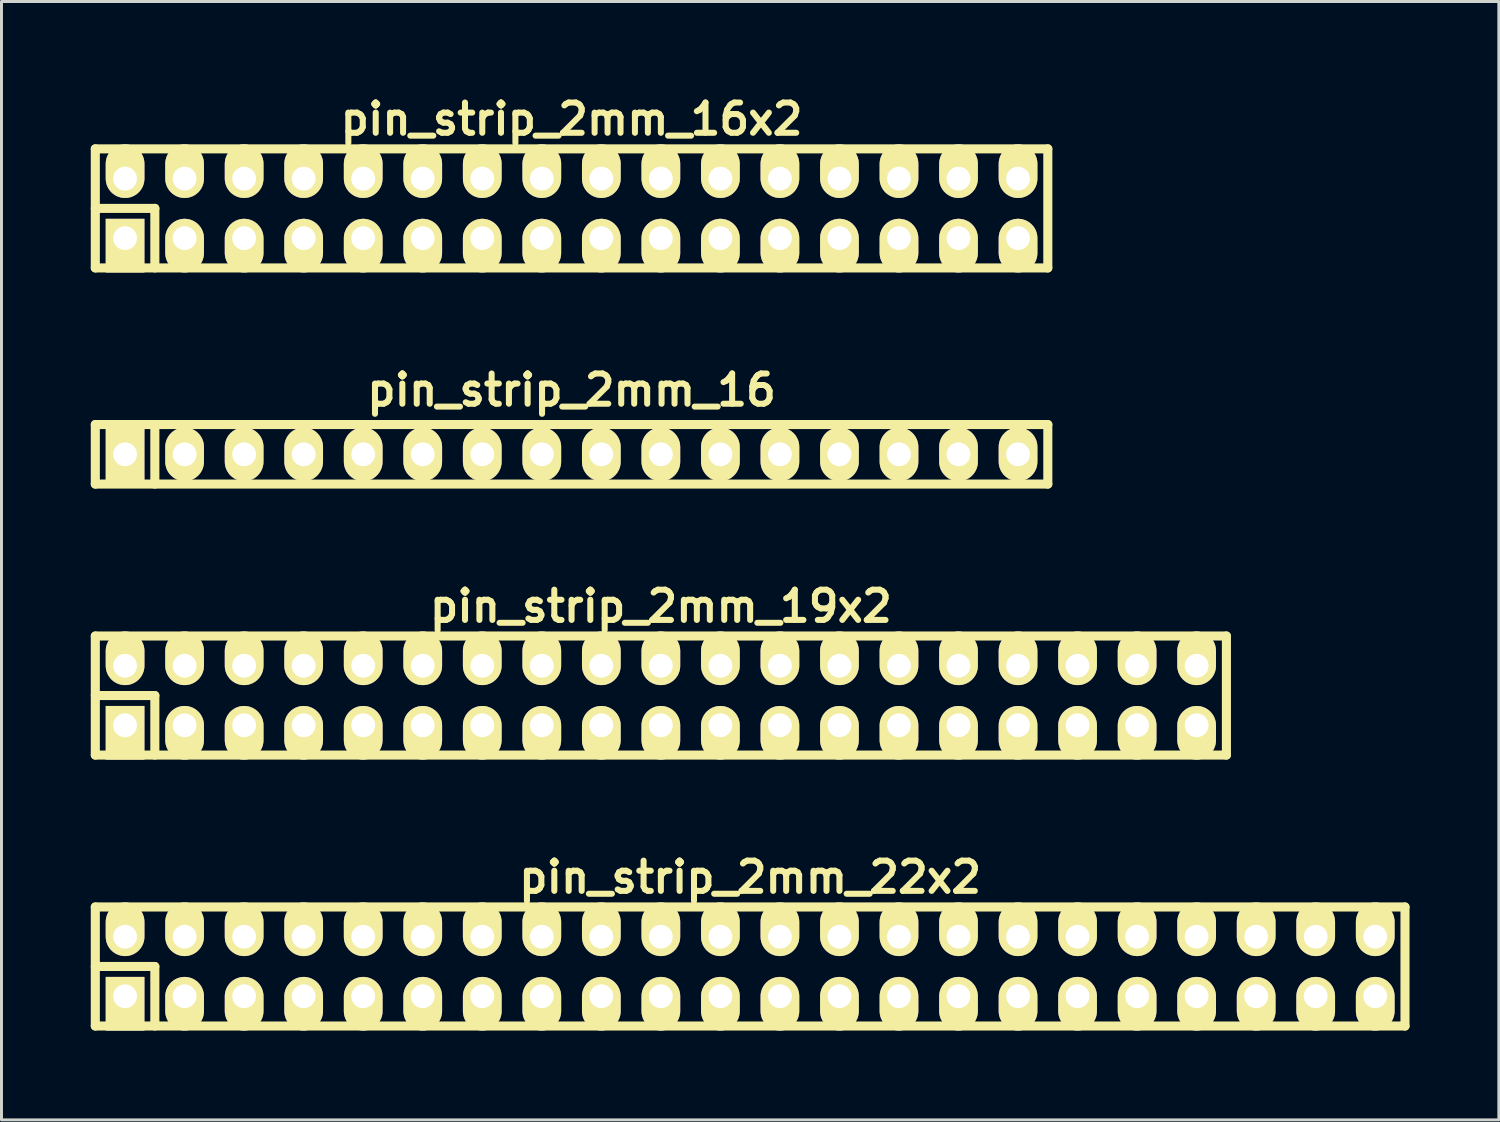
<source format=kicad_pcb>
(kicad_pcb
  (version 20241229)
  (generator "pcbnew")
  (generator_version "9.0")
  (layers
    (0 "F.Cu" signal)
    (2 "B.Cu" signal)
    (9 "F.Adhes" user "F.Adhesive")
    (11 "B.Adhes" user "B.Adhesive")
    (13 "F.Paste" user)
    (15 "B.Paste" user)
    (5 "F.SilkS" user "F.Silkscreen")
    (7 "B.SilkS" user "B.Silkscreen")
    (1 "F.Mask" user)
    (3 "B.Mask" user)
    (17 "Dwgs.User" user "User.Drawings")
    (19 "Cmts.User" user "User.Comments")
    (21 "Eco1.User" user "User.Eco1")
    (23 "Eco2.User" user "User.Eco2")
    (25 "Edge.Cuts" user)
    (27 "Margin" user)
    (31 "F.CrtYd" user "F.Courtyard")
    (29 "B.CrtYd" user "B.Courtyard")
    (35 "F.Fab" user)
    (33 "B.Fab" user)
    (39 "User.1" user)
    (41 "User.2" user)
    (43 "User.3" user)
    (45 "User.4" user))
  (footprint "pin_strip_2mm_19x2"
    (layer "F.Cu")
    (at 19.152 20.317)
    (property "Reference" "pin_strip_2mm_19x2" (at 0 -3 0) (layer "F.SilkS") (effects (font (size 1.016 1.016) (thickness 0.203))))
    (attr through_hole)
    (fp_line (start -19 -2) (end 19 -2) (stroke (width 0.305) (type solid)) (layer "F.SilkS"))
    (fp_line (start -19 0) (end -17 0) (stroke (width 0.305) (type solid)) (layer "F.SilkS"))
    (fp_line (start -19 2) (end -19 -2) (stroke (width 0.305) (type solid)) (layer "F.SilkS"))
    (fp_line (start -17 0) (end -17 2) (stroke (width 0.305) (type solid)) (layer "F.SilkS"))
    (fp_line (start 19 -2) (end 19 2) (stroke (width 0.305) (type solid)) (layer "F.SilkS"))
    (fp_line (start 19 2) (end -19 2) (stroke (width 0.305) (type solid)) (layer "F.SilkS"))
    (pad "1" thru_hole rect (at -18 1) (size 1.3 1.8) (drill 0.8 (offset 0 0.25)) (layers "*.Cu" "*.Mask" "F.SilkS"))
    (pad "2" thru_hole oval (at -18 -1) (size 1.3 1.8) (drill 0.8 (offset 0 -0.25)) (layers "*.Cu" "*.Mask" "F.SilkS"))
    (pad "3" thru_hole oval (at -16 1) (size 1.3 1.8) (drill 0.8 (offset 0 0.25)) (layers "*.Cu" "*.Mask" "F.SilkS"))
    (pad "4" thru_hole oval (at -16 -1) (size 1.3 1.8) (drill 0.8 (offset 0 -0.25)) (layers "*.Cu" "*.Mask" "F.SilkS"))
    (pad "5" thru_hole oval (at -14 1) (size 1.3 1.8) (drill 0.8 (offset 0 0.25)) (layers "*.Cu" "*.Mask" "F.SilkS"))
    (pad "6" thru_hole oval (at -14 -1) (size 1.3 1.8) (drill 0.8 (offset 0 -0.25)) (layers "*.Cu" "*.Mask" "F.SilkS"))
    (pad "7" thru_hole oval (at -12 1) (size 1.3 1.8) (drill 0.8 (offset 0 0.25)) (layers "*.Cu" "*.Mask" "F.SilkS"))
    (pad "8" thru_hole oval (at -12 -1) (size 1.3 1.8) (drill 0.8 (offset 0 -0.25)) (layers "*.Cu" "*.Mask" "F.SilkS"))
    (pad "9" thru_hole oval (at -10 1) (size 1.3 1.8) (drill 0.8 (offset 0 0.25)) (layers "*.Cu" "*.Mask" "F.SilkS"))
    (pad "10" thru_hole oval (at -10 -1) (size 1.3 1.8) (drill 0.8 (offset 0 -0.25)) (layers "*.Cu" "*.Mask" "F.SilkS"))
    (pad "11" thru_hole oval (at -8 1) (size 1.3 1.8) (drill 0.8 (offset 0 0.25)) (layers "*.Cu" "*.Mask" "F.SilkS"))
    (pad "12" thru_hole oval (at -8 -1) (size 1.3 1.8) (drill 0.8 (offset 0 -0.25)) (layers "*.Cu" "*.Mask" "F.SilkS"))
    (pad "13" thru_hole oval (at -6 1) (size 1.3 1.8) (drill 0.8 (offset 0 0.25)) (layers "*.Cu" "*.Mask" "F.SilkS"))
    (pad "14" thru_hole oval (at -6 -1) (size 1.3 1.8) (drill 0.8 (offset 0 -0.25)) (layers "*.Cu" "*.Mask" "F.SilkS"))
    (pad "15" thru_hole oval (at -4 1) (size 1.3 1.8) (drill 0.8 (offset 0 0.25)) (layers "*.Cu" "*.Mask" "F.SilkS"))
    (pad "16" thru_hole oval (at -4 -1) (size 1.3 1.8) (drill 0.8 (offset 0 -0.25)) (layers "*.Cu" "*.Mask" "F.SilkS"))
    (pad "17" thru_hole oval (at -2 1) (size 1.3 1.8) (drill 0.8 (offset 0 0.25)) (layers "*.Cu" "*.Mask" "F.SilkS"))
    (pad "18" thru_hole oval (at -2 -1) (size 1.3 1.8) (drill 0.8 (offset 0 -0.25)) (layers "*.Cu" "*.Mask" "F.SilkS"))
    (pad "19" thru_hole oval (at 0 1) (size 1.3 1.8) (drill 0.8 (offset 0 0.25)) (layers "*.Cu" "*.Mask" "F.SilkS"))
    (pad "20" thru_hole oval (at 0 -1) (size 1.3 1.8) (drill 0.8 (offset 0 -0.25)) (layers "*.Cu" "*.Mask" "F.SilkS"))
    (pad "21" thru_hole oval (at 2 1) (size 1.3 1.8) (drill 0.8 (offset 0 0.25)) (layers "*.Cu" "*.Mask" "F.SilkS"))
    (pad "22" thru_hole oval (at 2 -1) (size 1.3 1.8) (drill 0.8 (offset 0 -0.25)) (layers "*.Cu" "*.Mask" "F.SilkS"))
    (pad "23" thru_hole oval (at 4 1) (size 1.3 1.8) (drill 0.8 (offset 0 0.25)) (layers "*.Cu" "*.Mask" "F.SilkS"))
    (pad "24" thru_hole oval (at 4 -1) (size 1.3 1.8) (drill 0.8 (offset 0 -0.25)) (layers "*.Cu" "*.Mask" "F.SilkS"))
    (pad "25" thru_hole oval (at 6 1) (size 1.3 1.8) (drill 0.8 (offset 0 0.25)) (layers "*.Cu" "*.Mask" "F.SilkS"))
    (pad "26" thru_hole oval (at 6 -1) (size 1.3 1.8) (drill 0.8 (offset 0 -0.25)) (layers "*.Cu" "*.Mask" "F.SilkS"))
    (pad "27" thru_hole oval (at 8 1) (size 1.3 1.8) (drill 0.8 (offset 0 0.25)) (layers "*.Cu" "*.Mask" "F.SilkS"))
    (pad "28" thru_hole oval (at 8 -1) (size 1.3 1.8) (drill 0.8 (offset 0 -0.25)) (layers "*.Cu" "*.Mask" "F.SilkS"))
    (pad "29" thru_hole oval (at 10 1) (size 1.3 1.8) (drill 0.8 (offset 0 0.25)) (layers "*.Cu" "*.Mask" "F.SilkS"))
    (pad "30" thru_hole oval (at 10 -1) (size 1.3 1.8) (drill 0.8 (offset 0 -0.25)) (layers "*.Cu" "*.Mask" "F.SilkS"))
    (pad "31" thru_hole oval (at 12 1) (size 1.3 1.8) (drill 0.8 (offset 0 0.25)) (layers "*.Cu" "*.Mask" "F.SilkS"))
    (pad "32" thru_hole oval (at 12 -1) (size 1.3 1.8) (drill 0.8 (offset 0 -0.25)) (layers "*.Cu" "*.Mask" "F.SilkS"))
    (pad "33" thru_hole oval (at 14 1) (size 1.3 1.8) (drill 0.8 (offset 0 0.25)) (layers "*.Cu" "*.Mask" "F.SilkS"))
    (pad "34" thru_hole oval (at 14 -1) (size 1.3 1.8) (drill 0.8 (offset 0 -0.25)) (layers "*.Cu" "*.Mask" "F.SilkS"))
    (pad "35" thru_hole oval (at 16 1) (size 1.3 1.8) (drill 0.8 (offset 0 0.25)) (layers "*.Cu" "*.Mask" "F.SilkS"))
    (pad "36" thru_hole oval (at 16 -1) (size 1.3 1.8) (drill 0.8 (offset 0 -0.25)) (layers "*.Cu" "*.Mask" "F.SilkS"))
    (pad "37" thru_hole oval (at 18 1) (size 1.3 1.8) (drill 0.8 (offset 0 0.25)) (layers "*.Cu" "*.Mask" "F.SilkS"))
    (pad "38" thru_hole oval (at 18 -1) (size 1.3 1.8) (drill 0.8 (offset 0 -0.25)) (layers "*.Cu" "*.Mask" "F.SilkS")))
  (footprint "pin_strip_2mm_16"
    (layer "F.Cu")
    (at 16.152 12.213)
    (property "Reference" "pin_strip_2mm_16" (at 0 -2.159 0) (layer "F.SilkS") (effects (font (size 1.016 1.016) (thickness 0.203))))
    (attr through_hole)
    (fp_line (start -16 -1) (end 16 -1) (stroke (width 0.305) (type solid)) (layer "F.SilkS"))
    (fp_line (start -16 1) (end -16 -1) (stroke (width 0.305) (type solid)) (layer "F.SilkS"))
    (fp_line (start -14 -1) (end -14 1) (stroke (width 0.305) (type solid)) (layer "F.SilkS"))
    (fp_line (start 16 -1) (end 16 1) (stroke (width 0.305) (type solid)) (layer "F.SilkS"))
    (fp_line (start 16 1) (end -16 1) (stroke (width 0.305) (type solid)) (layer "F.SilkS"))
    (pad "1" thru_hole rect (at -15 0) (size 1.3 1.8) (drill 0.8) (layers "*.Cu" "*.Mask" "F.SilkS"))
    (pad "2" thru_hole oval (at -13 0) (size 1.3 1.8) (drill 0.8) (layers "*.Cu" "*.Mask" "F.SilkS"))
    (pad "3" thru_hole oval (at -11 0) (size 1.3 1.8) (drill 0.8) (layers "*.Cu" "*.Mask" "F.SilkS"))
    (pad "4" thru_hole oval (at -9 0) (size 1.3 1.8) (drill 0.8) (layers "*.Cu" "*.Mask" "F.SilkS"))
    (pad "5" thru_hole oval (at -7 0) (size 1.3 1.8) (drill 0.8) (layers "*.Cu" "*.Mask" "F.SilkS"))
    (pad "6" thru_hole oval (at -5 0) (size 1.3 1.8) (drill 0.8) (layers "*.Cu" "*.Mask" "F.SilkS"))
    (pad "7" thru_hole oval (at -3 0) (size 1.3 1.8) (drill 0.8) (layers "*.Cu" "*.Mask" "F.SilkS"))
    (pad "8" thru_hole oval (at -1 0) (size 1.3 1.8) (drill 0.8) (layers "*.Cu" "*.Mask" "F.SilkS"))
    (pad "9" thru_hole oval (at 1 0) (size 1.3 1.8) (drill 0.8) (layers "*.Cu" "*.Mask" "F.SilkS"))
    (pad "10" thru_hole oval (at 3 0) (size 1.3 1.8) (drill 0.8) (layers "*.Cu" "*.Mask" "F.SilkS"))
    (pad "11" thru_hole oval (at 5 0) (size 1.3 1.8) (drill 0.8) (layers "*.Cu" "*.Mask" "F.SilkS"))
    (pad "12" thru_hole oval (at 7 0) (size 1.3 1.8) (drill 0.8) (layers "*.Cu" "*.Mask" "F.SilkS"))
    (pad "13" thru_hole oval (at 9 0) (size 1.3 1.8) (drill 0.8) (layers "*.Cu" "*.Mask" "F.SilkS"))
    (pad "14" thru_hole oval (at 11 0) (size 1.3 1.8) (drill 0.8) (layers "*.Cu" "*.Mask" "F.SilkS"))
    (pad "15" thru_hole oval (at 13 0) (size 1.3 1.8) (drill 0.8) (layers "*.Cu" "*.Mask" "F.SilkS"))
    (pad "16" thru_hole oval (at 15 0) (size 1.3 1.8) (drill 0.8) (layers "*.Cu" "*.Mask" "F.SilkS")))
  (footprint "pin_strip_2mm_22x2"
    (layer "F.Cu")
    (at 22.152 29.42)
    (property "Reference" "pin_strip_2mm_22x2" (at 0 -3 0) (layer "F.SilkS") (effects (font (size 1.016 1.016) (thickness 0.203))))
    (attr through_hole)
    (fp_line (start -22 -2) (end 22 -2) (stroke (width 0.305) (type solid)) (layer "F.SilkS"))
    (fp_line (start -22 0) (end -20 0) (stroke (width 0.305) (type solid)) (layer "F.SilkS"))
    (fp_line (start -22 2) (end -22 -2) (stroke (width 0.305) (type solid)) (layer "F.SilkS"))
    (fp_line (start -20 0) (end -20 2) (stroke (width 0.305) (type solid)) (layer "F.SilkS"))
    (fp_line (start 22 -2) (end 22 2) (stroke (width 0.305) (type solid)) (layer "F.SilkS"))
    (fp_line (start 22 2) (end -22 2) (stroke (width 0.305) (type solid)) (layer "F.SilkS"))
    (pad "1" thru_hole rect (at -21 1) (size 1.3 1.8) (drill 0.8 (offset 0 0.25)) (layers "*.Cu" "*.Mask" "F.SilkS"))
    (pad "2" thru_hole oval (at -21 -1) (size 1.3 1.8) (drill 0.8 (offset 0 -0.25)) (layers "*.Cu" "*.Mask" "F.SilkS"))
    (pad "3" thru_hole oval (at -19 1) (size 1.3 1.8) (drill 0.8 (offset 0 0.25)) (layers "*.Cu" "*.Mask" "F.SilkS"))
    (pad "4" thru_hole oval (at -19 -1) (size 1.3 1.8) (drill 0.8 (offset 0 -0.25)) (layers "*.Cu" "*.Mask" "F.SilkS"))
    (pad "5" thru_hole oval (at -17 1) (size 1.3 1.8) (drill 0.8 (offset 0 0.25)) (layers "*.Cu" "*.Mask" "F.SilkS"))
    (pad "6" thru_hole oval (at -17 -1) (size 1.3 1.8) (drill 0.8 (offset 0 -0.25)) (layers "*.Cu" "*.Mask" "F.SilkS"))
    (pad "7" thru_hole oval (at -15 1) (size 1.3 1.8) (drill 0.8 (offset 0 0.25)) (layers "*.Cu" "*.Mask" "F.SilkS"))
    (pad "8" thru_hole oval (at -15 -1) (size 1.3 1.8) (drill 0.8 (offset 0 -0.25)) (layers "*.Cu" "*.Mask" "F.SilkS"))
    (pad "9" thru_hole oval (at -13 1) (size 1.3 1.8) (drill 0.8 (offset 0 0.25)) (layers "*.Cu" "*.Mask" "F.SilkS"))
    (pad "10" thru_hole oval (at -13 -1) (size 1.3 1.8) (drill 0.8 (offset 0 -0.25)) (layers "*.Cu" "*.Mask" "F.SilkS"))
    (pad "11" thru_hole oval (at -11 1) (size 1.3 1.8) (drill 0.8 (offset 0 0.25)) (layers "*.Cu" "*.Mask" "F.SilkS"))
    (pad "12" thru_hole oval (at -11 -1) (size 1.3 1.8) (drill 0.8 (offset 0 -0.25)) (layers "*.Cu" "*.Mask" "F.SilkS"))
    (pad "13" thru_hole oval (at -9 1) (size 1.3 1.8) (drill 0.8 (offset 0 0.25)) (layers "*.Cu" "*.Mask" "F.SilkS"))
    (pad "14" thru_hole oval (at -9 -1) (size 1.3 1.8) (drill 0.8 (offset 0 -0.25)) (layers "*.Cu" "*.Mask" "F.SilkS"))
    (pad "15" thru_hole oval (at -7 1) (size 1.3 1.8) (drill 0.8 (offset 0 0.25)) (layers "*.Cu" "*.Mask" "F.SilkS"))
    (pad "16" thru_hole oval (at -7 -1) (size 1.3 1.8) (drill 0.8 (offset 0 -0.25)) (layers "*.Cu" "*.Mask" "F.SilkS"))
    (pad "17" thru_hole oval (at -5 1) (size 1.3 1.8) (drill 0.8 (offset 0 0.25)) (layers "*.Cu" "*.Mask" "F.SilkS"))
    (pad "18" thru_hole oval (at -5 -1) (size 1.3 1.8) (drill 0.8 (offset 0 -0.25)) (layers "*.Cu" "*.Mask" "F.SilkS"))
    (pad "19" thru_hole oval (at -3 1) (size 1.3 1.8) (drill 0.8 (offset 0 0.25)) (layers "*.Cu" "*.Mask" "F.SilkS"))
    (pad "20" thru_hole oval (at -3 -1) (size 1.3 1.8) (drill 0.8 (offset 0 -0.25)) (layers "*.Cu" "*.Mask" "F.SilkS"))
    (pad "21" thru_hole oval (at -1 1) (size 1.3 1.8) (drill 0.8 (offset 0 0.25)) (layers "*.Cu" "*.Mask" "F.SilkS"))
    (pad "22" thru_hole oval (at -1 -1) (size 1.3 1.8) (drill 0.8 (offset 0 -0.25)) (layers "*.Cu" "*.Mask" "F.SilkS"))
    (pad "23" thru_hole oval (at 1 1) (size 1.3 1.8) (drill 0.8 (offset 0 0.25)) (layers "*.Cu" "*.Mask" "F.SilkS"))
    (pad "24" thru_hole oval (at 1 -1) (size 1.3 1.8) (drill 0.8 (offset 0 -0.25)) (layers "*.Cu" "*.Mask" "F.SilkS"))
    (pad "25" thru_hole oval (at 3 1) (size 1.3 1.8) (drill 0.8 (offset 0 0.25)) (layers "*.Cu" "*.Mask" "F.SilkS"))
    (pad "26" thru_hole oval (at 3 -1) (size 1.3 1.8) (drill 0.8 (offset 0 -0.25)) (layers "*.Cu" "*.Mask" "F.SilkS"))
    (pad "27" thru_hole oval (at 5 1) (size 1.3 1.8) (drill 0.8 (offset 0 0.25)) (layers "*.Cu" "*.Mask" "F.SilkS"))
    (pad "28" thru_hole oval (at 5 -1) (size 1.3 1.8) (drill 0.8 (offset 0 -0.25)) (layers "*.Cu" "*.Mask" "F.SilkS"))
    (pad "29" thru_hole oval (at 7 1) (size 1.3 1.8) (drill 0.8 (offset 0 0.25)) (layers "*.Cu" "*.Mask" "F.SilkS"))
    (pad "30" thru_hole oval (at 7 -1) (size 1.3 1.8) (drill 0.8 (offset 0 -0.25)) (layers "*.Cu" "*.Mask" "F.SilkS"))
    (pad "31" thru_hole oval (at 9 1) (size 1.3 1.8) (drill 0.8 (offset 0 0.25)) (layers "*.Cu" "*.Mask" "F.SilkS"))
    (pad "32" thru_hole oval (at 9 -1) (size 1.3 1.8) (drill 0.8 (offset 0 -0.25)) (layers "*.Cu" "*.Mask" "F.SilkS"))
    (pad "33" thru_hole oval (at 11 1) (size 1.3 1.8) (drill 0.8 (offset 0 0.25)) (layers "*.Cu" "*.Mask" "F.SilkS"))
    (pad "34" thru_hole oval (at 11 -1) (size 1.3 1.8) (drill 0.8 (offset 0 -0.25)) (layers "*.Cu" "*.Mask" "F.SilkS"))
    (pad "35" thru_hole oval (at 13 1) (size 1.3 1.8) (drill 0.8 (offset 0 0.25)) (layers "*.Cu" "*.Mask" "F.SilkS"))
    (pad "36" thru_hole oval (at 13 -1) (size 1.3 1.8) (drill 0.8 (offset 0 -0.25)) (layers "*.Cu" "*.Mask" "F.SilkS"))
    (pad "37" thru_hole oval (at 15 1) (size 1.3 1.8) (drill 0.8 (offset 0 0.25)) (layers "*.Cu" "*.Mask" "F.SilkS"))
    (pad "38" thru_hole oval (at 15 -1) (size 1.3 1.8) (drill 0.8 (offset 0 -0.25)) (layers "*.Cu" "*.Mask" "F.SilkS"))
    (pad "39" thru_hole oval (at 17 1) (size 1.3 1.8) (drill 0.8 (offset 0 0.25)) (layers "*.Cu" "*.Mask" "F.SilkS"))
    (pad "40" thru_hole oval (at 17 -1) (size 1.3 1.8) (drill 0.8 (offset 0 -0.25)) (layers "*.Cu" "*.Mask" "F.SilkS"))
    (pad "41" thru_hole oval (at 19 1) (size 1.3 1.8) (drill 0.8 (offset 0 0.25)) (layers "*.Cu" "*.Mask" "F.SilkS"))
    (pad "42" thru_hole oval (at 19 -1) (size 1.3 1.8) (drill 0.8 (offset 0 -0.25)) (layers "*.Cu" "*.Mask" "F.SilkS"))
    (pad "43" thru_hole oval (at 21 1) (size 1.3 1.8) (drill 0.8 (offset 0 0.25)) (layers "*.Cu" "*.Mask" "F.SilkS"))
    (pad "44" thru_hole oval (at 21 -1) (size 1.3 1.8) (drill 0.8 (offset 0 -0.25)) (layers "*.Cu" "*.Mask" "F.SilkS")))
  (footprint "pin_strip_2mm_16x2"
    (layer "F.Cu")
    (at 16.152 3.951)
    (property "Reference" "pin_strip_2mm_16x2" (at 0 -3 0) (layer "F.SilkS") (effects (font (size 1.016 1.016) (thickness 0.203))))
    (attr through_hole)
    (fp_line (start -16 -2) (end 16 -2) (stroke (width 0.305) (type solid)) (layer "F.SilkS"))
    (fp_line (start -16 0) (end -14 0) (stroke (width 0.305) (type solid)) (layer "F.SilkS"))
    (fp_line (start -16 2) (end -16 -2) (stroke (width 0.305) (type solid)) (layer "F.SilkS"))
    (fp_line (start -14 0) (end -14 2) (stroke (width 0.305) (type solid)) (layer "F.SilkS"))
    (fp_line (start 16 -2) (end 16 2) (stroke (width 0.305) (type solid)) (layer "F.SilkS"))
    (fp_line (start 16 2) (end -16 2) (stroke (width 0.305) (type solid)) (layer "F.SilkS"))
    (pad "1" thru_hole rect (at -15 1) (size 1.3 1.8) (drill 0.8 (offset 0 0.25)) (layers "*.Cu" "*.Mask" "F.SilkS"))
    (pad "2" thru_hole oval (at -15 -1) (size 1.3 1.8) (drill 0.8 (offset 0 -0.25)) (layers "*.Cu" "*.Mask" "F.SilkS"))
    (pad "3" thru_hole oval (at -13 1) (size 1.3 1.8) (drill 0.8 (offset 0 0.25)) (layers "*.Cu" "*.Mask" "F.SilkS"))
    (pad "4" thru_hole oval (at -13 -1) (size 1.3 1.8) (drill 0.8 (offset 0 -0.25)) (layers "*.Cu" "*.Mask" "F.SilkS"))
    (pad "5" thru_hole oval (at -11 1) (size 1.3 1.8) (drill 0.8 (offset 0 0.25)) (layers "*.Cu" "*.Mask" "F.SilkS"))
    (pad "6" thru_hole oval (at -11 -1) (size 1.3 1.8) (drill 0.8 (offset 0 -0.25)) (layers "*.Cu" "*.Mask" "F.SilkS"))
    (pad "7" thru_hole oval (at -9 1) (size 1.3 1.8) (drill 0.8 (offset 0 0.25)) (layers "*.Cu" "*.Mask" "F.SilkS"))
    (pad "8" thru_hole oval (at -9 -1) (size 1.3 1.8) (drill 0.8 (offset 0 -0.25)) (layers "*.Cu" "*.Mask" "F.SilkS"))
    (pad "9" thru_hole oval (at -7 1) (size 1.3 1.8) (drill 0.8 (offset 0 0.25)) (layers "*.Cu" "*.Mask" "F.SilkS"))
    (pad "10" thru_hole oval (at -7 -1) (size 1.3 1.8) (drill 0.8 (offset 0 -0.25)) (layers "*.Cu" "*.Mask" "F.SilkS"))
    (pad "11" thru_hole oval (at -5 1) (size 1.3 1.8) (drill 0.8 (offset 0 0.25)) (layers "*.Cu" "*.Mask" "F.SilkS"))
    (pad "12" thru_hole oval (at -5 -1) (size 1.3 1.8) (drill 0.8 (offset 0 -0.25)) (layers "*.Cu" "*.Mask" "F.SilkS"))
    (pad "13" thru_hole oval (at -3 1) (size 1.3 1.8) (drill 0.8 (offset 0 0.25)) (layers "*.Cu" "*.Mask" "F.SilkS"))
    (pad "14" thru_hole oval (at -3 -1) (size 1.3 1.8) (drill 0.8 (offset 0 -0.25)) (layers "*.Cu" "*.Mask" "F.SilkS"))
    (pad "15" thru_hole oval (at -1 1) (size 1.3 1.8) (drill 0.8 (offset 0 0.25)) (layers "*.Cu" "*.Mask" "F.SilkS"))
    (pad "16" thru_hole oval (at -1 -1) (size 1.3 1.8) (drill 0.8 (offset 0 -0.25)) (layers "*.Cu" "*.Mask" "F.SilkS"))
    (pad "17" thru_hole oval (at 1 1) (size 1.3 1.8) (drill 0.8 (offset 0 0.25)) (layers "*.Cu" "*.Mask" "F.SilkS"))
    (pad "18" thru_hole oval (at 1 -1) (size 1.3 1.8) (drill 0.8 (offset 0 -0.25)) (layers "*.Cu" "*.Mask" "F.SilkS"))
    (pad "19" thru_hole oval (at 3 1) (size 1.3 1.8) (drill 0.8 (offset 0 0.25)) (layers "*.Cu" "*.Mask" "F.SilkS"))
    (pad "20" thru_hole oval (at 3 -1) (size 1.3 1.8) (drill 0.8 (offset 0 -0.25)) (layers "*.Cu" "*.Mask" "F.SilkS"))
    (pad "21" thru_hole oval (at 5 1) (size 1.3 1.8) (drill 0.8 (offset 0 0.25)) (layers "*.Cu" "*.Mask" "F.SilkS"))
    (pad "22" thru_hole oval (at 5 -1) (size 1.3 1.8) (drill 0.8 (offset 0 -0.25)) (layers "*.Cu" "*.Mask" "F.SilkS"))
    (pad "23" thru_hole oval (at 7 1) (size 1.3 1.8) (drill 0.8 (offset 0 0.25)) (layers "*.Cu" "*.Mask" "F.SilkS"))
    (pad "24" thru_hole oval (at 7 -1) (size 1.3 1.8) (drill 0.8 (offset 0 -0.25)) (layers "*.Cu" "*.Mask" "F.SilkS"))
    (pad "25" thru_hole oval (at 9 1) (size 1.3 1.8) (drill 0.8 (offset 0 0.25)) (layers "*.Cu" "*.Mask" "F.SilkS"))
    (pad "26" thru_hole oval (at 9 -1) (size 1.3 1.8) (drill 0.8 (offset 0 -0.25)) (layers "*.Cu" "*.Mask" "F.SilkS"))
    (pad "27" thru_hole oval (at 11 1) (size 1.3 1.8) (drill 0.8 (offset 0 0.25)) (layers "*.Cu" "*.Mask" "F.SilkS"))
    (pad "28" thru_hole oval (at 11 -1) (size 1.3 1.8) (drill 0.8 (offset 0 -0.25)) (layers "*.Cu" "*.Mask" "F.SilkS"))
    (pad "29" thru_hole oval (at 13 1) (size 1.3 1.8) (drill 0.8 (offset 0 0.25)) (layers "*.Cu" "*.Mask" "F.SilkS"))
    (pad "30" thru_hole oval (at 13 -1) (size 1.3 1.8) (drill 0.8 (offset 0 -0.25)) (layers "*.Cu" "*.Mask" "F.SilkS"))
    (pad "31" thru_hole oval (at 15 1) (size 1.3 1.8) (drill 0.8 (offset 0 0.25)) (layers "*.Cu" "*.Mask" "F.SilkS"))
    (pad "32" thru_hole oval (at 15 -1) (size 1.3 1.8) (drill 0.8 (offset 0 -0.25)) (layers "*.Cu" "*.Mask" "F.SilkS")))
  (gr_rect
    (start -3 -3)
    (end 47.305 34.573)
    (stroke (width 0.1) (type default))
    (fill no)
    (layer "Edge.Cuts")))
</source>
